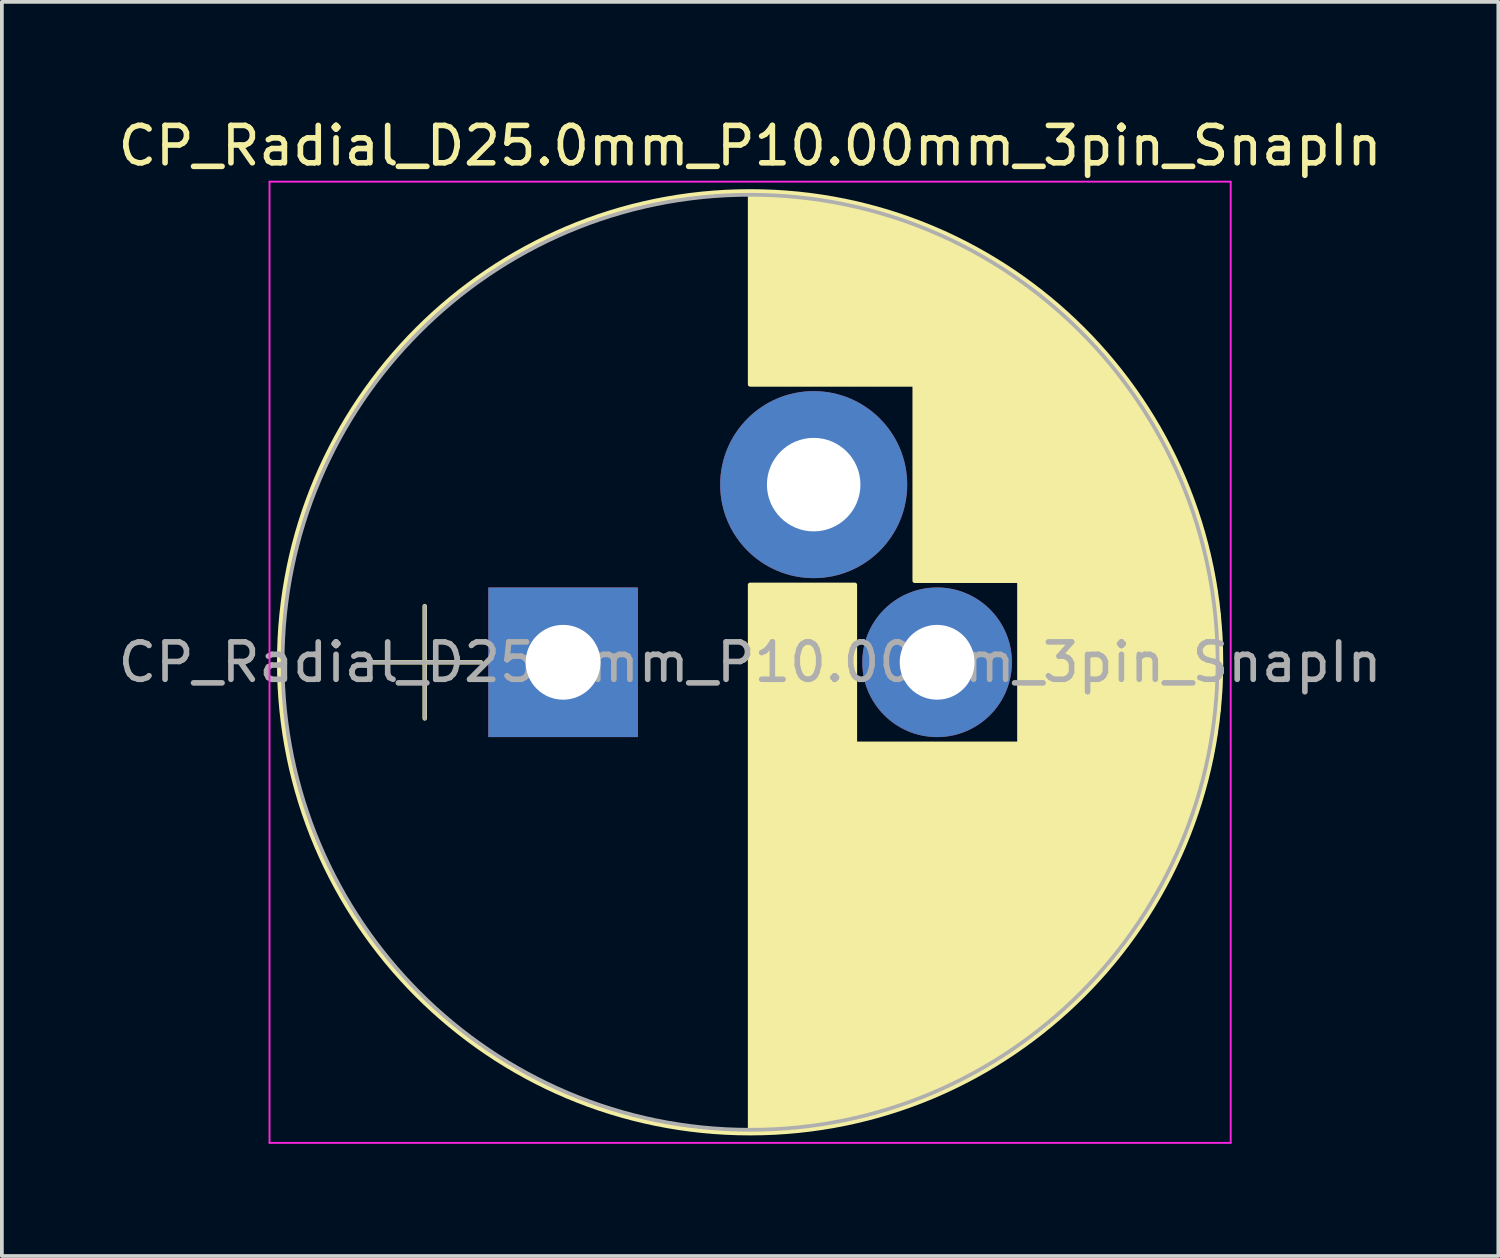
<source format=kicad_pcb>
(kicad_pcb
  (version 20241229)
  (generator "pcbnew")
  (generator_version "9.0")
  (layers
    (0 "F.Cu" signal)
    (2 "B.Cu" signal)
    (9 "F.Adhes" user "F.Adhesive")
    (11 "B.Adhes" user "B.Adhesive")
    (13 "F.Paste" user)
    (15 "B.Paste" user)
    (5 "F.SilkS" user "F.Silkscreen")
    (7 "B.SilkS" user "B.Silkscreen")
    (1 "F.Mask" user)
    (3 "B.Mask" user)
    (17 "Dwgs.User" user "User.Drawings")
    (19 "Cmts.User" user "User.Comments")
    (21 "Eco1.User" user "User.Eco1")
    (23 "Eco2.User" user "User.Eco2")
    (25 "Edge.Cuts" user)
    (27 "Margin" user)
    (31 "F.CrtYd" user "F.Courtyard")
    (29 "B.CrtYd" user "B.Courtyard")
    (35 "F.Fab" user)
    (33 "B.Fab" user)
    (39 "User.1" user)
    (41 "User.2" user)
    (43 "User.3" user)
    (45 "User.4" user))
  (footprint "CP_Radial_D25.0mm_P10.00mm_3pin_SnapIn"
    (layer "F.Cu")
    (at 12.006 14.658)
    (property "Reference" "CP_Radial_D25.0mm_P10.00mm_3pin_SnapIn" (at 5 -13.81 0) (layer "F.SilkS") (effects (font (size 1 1) (thickness 0.15))))
    (attr through_hole)
    (fp_line (start -5.2 0) (end -2.2 0) (stroke (width 0.12) (type solid)) (layer "F.SilkS"))
    (fp_line (start -3.7 -1.5) (end -3.7 1.5) (stroke (width 0.12) (type solid)) (layer "F.SilkS"))
    (fp_line (start 5 -12.55) (end 5 -7.43) (stroke (width 0.12) (type solid)) (layer "F.SilkS"))
    (fp_line (start 5 -2.07) (end 5 12.55) (stroke (width 0.12) (type solid)) (layer "F.SilkS"))
    (fp_line (start 5.04 -12.55) (end 5.04 -7.43) (stroke (width 0.12) (type solid)) (layer "F.SilkS"))
    (fp_line (start 5.04 -2.07) (end 5.04 12.55) (stroke (width 0.12) (type solid)) (layer "F.SilkS"))
    (fp_line (start 5.08 -12.55) (end 5.08 -7.43) (stroke (width 0.12) (type solid)) (layer "F.SilkS"))
    (fp_line (start 5.08 -2.07) (end 5.08 12.55) (stroke (width 0.12) (type solid)) (layer "F.SilkS"))
    (fp_line (start 5.12 -12.55) (end 5.12 -7.43) (stroke (width 0.12) (type solid)) (layer "F.SilkS"))
    (fp_line (start 5.12 -2.07) (end 5.12 12.55) (stroke (width 0.12) (type solid)) (layer "F.SilkS"))
    (fp_line (start 5.16 -12.549) (end 5.16 -7.43) (stroke (width 0.12) (type solid)) (layer "F.SilkS"))
    (fp_line (start 5.16 -2.07) (end 5.16 12.549) (stroke (width 0.12) (type solid)) (layer "F.SilkS"))
    (fp_line (start 5.2 -12.549) (end 5.2 -7.43) (stroke (width 0.12) (type solid)) (layer "F.SilkS"))
    (fp_line (start 5.2 -2.07) (end 5.2 12.549) (stroke (width 0.12) (type solid)) (layer "F.SilkS"))
    (fp_line (start 5.24 -12.548) (end 5.24 -7.43) (stroke (width 0.12) (type solid)) (layer "F.SilkS"))
    (fp_line (start 5.24 -2.07) (end 5.24 12.548) (stroke (width 0.12) (type solid)) (layer "F.SilkS"))
    (fp_line (start 5.28 -12.547) (end 5.28 -7.43) (stroke (width 0.12) (type solid)) (layer "F.SilkS"))
    (fp_line (start 5.28 -2.07) (end 5.28 12.547) (stroke (width 0.12) (type solid)) (layer "F.SilkS"))
    (fp_line (start 5.32 -12.546) (end 5.32 -7.43) (stroke (width 0.12) (type solid)) (layer "F.SilkS"))
    (fp_line (start 5.32 -2.07) (end 5.32 12.546) (stroke (width 0.12) (type solid)) (layer "F.SilkS"))
    (fp_line (start 5.36 -12.545) (end 5.36 -7.43) (stroke (width 0.12) (type solid)) (layer "F.SilkS"))
    (fp_line (start 5.36 -2.07) (end 5.36 12.545) (stroke (width 0.12) (type solid)) (layer "F.SilkS"))
    (fp_line (start 5.4 -12.544) (end 5.4 -7.43) (stroke (width 0.12) (type solid)) (layer "F.SilkS"))
    (fp_line (start 5.4 -2.07) (end 5.4 12.544) (stroke (width 0.12) (type solid)) (layer "F.SilkS"))
    (fp_line (start 5.44 -12.543) (end 5.44 -7.43) (stroke (width 0.12) (type solid)) (layer "F.SilkS"))
    (fp_line (start 5.44 -2.07) (end 5.44 12.543) (stroke (width 0.12) (type solid)) (layer "F.SilkS"))
    (fp_line (start 5.48 -12.541) (end 5.48 -7.43) (stroke (width 0.12) (type solid)) (layer "F.SilkS"))
    (fp_line (start 5.48 -2.07) (end 5.48 12.541) (stroke (width 0.12) (type solid)) (layer "F.SilkS"))
    (fp_line (start 5.52 -12.54) (end 5.52 -7.43) (stroke (width 0.12) (type solid)) (layer "F.SilkS"))
    (fp_line (start 5.52 -2.07) (end 5.52 12.54) (stroke (width 0.12) (type solid)) (layer "F.SilkS"))
    (fp_line (start 5.56 -12.538) (end 5.56 -7.43) (stroke (width 0.12) (type solid)) (layer "F.SilkS"))
    (fp_line (start 5.56 -2.07) (end 5.56 12.538) (stroke (width 0.12) (type solid)) (layer "F.SilkS"))
    (fp_line (start 5.6 -12.536) (end 5.6 -7.43) (stroke (width 0.12) (type solid)) (layer "F.SilkS"))
    (fp_line (start 5.6 -2.07) (end 5.6 12.536) (stroke (width 0.12) (type solid)) (layer "F.SilkS"))
    (fp_line (start 5.64 -12.534) (end 5.64 -7.43) (stroke (width 0.12) (type solid)) (layer "F.SilkS"))
    (fp_line (start 5.64 -2.07) (end 5.64 12.534) (stroke (width 0.12) (type solid)) (layer "F.SilkS"))
    (fp_line (start 5.68 -12.532) (end 5.68 -7.43) (stroke (width 0.12) (type solid)) (layer "F.SilkS"))
    (fp_line (start 5.68 -2.07) (end 5.68 12.532) (stroke (width 0.12) (type solid)) (layer "F.SilkS"))
    (fp_line (start 5.721 -12.53) (end 5.721 -7.43) (stroke (width 0.12) (type solid)) (layer "F.SilkS"))
    (fp_line (start 5.721 -2.07) (end 5.721 12.53) (stroke (width 0.12) (type solid)) (layer "F.SilkS"))
    (fp_line (start 5.761 -12.528) (end 5.761 -7.43) (stroke (width 0.12) (type solid)) (layer "F.SilkS"))
    (fp_line (start 5.761 -2.07) (end 5.761 12.528) (stroke (width 0.12) (type solid)) (layer "F.SilkS"))
    (fp_line (start 5.801 -12.525) (end 5.801 -7.43) (stroke (width 0.12) (type solid)) (layer "F.SilkS"))
    (fp_line (start 5.801 -2.07) (end 5.801 12.525) (stroke (width 0.12) (type solid)) (layer "F.SilkS"))
    (fp_line (start 5.841 -12.522) (end 5.841 -7.43) (stroke (width 0.12) (type solid)) (layer "F.SilkS"))
    (fp_line (start 5.841 -2.07) (end 5.841 12.522) (stroke (width 0.12) (type solid)) (layer "F.SilkS"))
    (fp_line (start 5.881 -12.52) (end 5.881 -7.43) (stroke (width 0.12) (type solid)) (layer "F.SilkS"))
    (fp_line (start 5.881 -2.07) (end 5.881 12.52) (stroke (width 0.12) (type solid)) (layer "F.SilkS"))
    (fp_line (start 5.921 -12.517) (end 5.921 -7.43) (stroke (width 0.12) (type solid)) (layer "F.SilkS"))
    (fp_line (start 5.921 -2.07) (end 5.921 12.517) (stroke (width 0.12) (type solid)) (layer "F.SilkS"))
    (fp_line (start 5.961 -12.514) (end 5.961 -7.43) (stroke (width 0.12) (type solid)) (layer "F.SilkS"))
    (fp_line (start 5.961 -2.07) (end 5.961 12.514) (stroke (width 0.12) (type solid)) (layer "F.SilkS"))
    (fp_line (start 6.001 -12.511) (end 6.001 -7.43) (stroke (width 0.12) (type solid)) (layer "F.SilkS"))
    (fp_line (start 6.001 -2.07) (end 6.001 12.511) (stroke (width 0.12) (type solid)) (layer "F.SilkS"))
    (fp_line (start 6.041 -12.507) (end 6.041 -7.43) (stroke (width 0.12) (type solid)) (layer "F.SilkS"))
    (fp_line (start 6.041 -2.07) (end 6.041 12.507) (stroke (width 0.12) (type solid)) (layer "F.SilkS"))
    (fp_line (start 6.081 -12.504) (end 6.081 -7.43) (stroke (width 0.12) (type solid)) (layer "F.SilkS"))
    (fp_line (start 6.081 -2.07) (end 6.081 12.504) (stroke (width 0.12) (type solid)) (layer "F.SilkS"))
    (fp_line (start 6.121 -12.501) (end 6.121 -7.43) (stroke (width 0.12) (type solid)) (layer "F.SilkS"))
    (fp_line (start 6.121 -2.07) (end 6.121 12.501) (stroke (width 0.12) (type solid)) (layer "F.SilkS"))
    (fp_line (start 6.161 -12.497) (end 6.161 -7.43) (stroke (width 0.12) (type solid)) (layer "F.SilkS"))
    (fp_line (start 6.161 -2.07) (end 6.161 12.497) (stroke (width 0.12) (type solid)) (layer "F.SilkS"))
    (fp_line (start 6.201 -12.493) (end 6.201 -7.43) (stroke (width 0.12) (type solid)) (layer "F.SilkS"))
    (fp_line (start 6.201 -2.07) (end 6.201 12.493) (stroke (width 0.12) (type solid)) (layer "F.SilkS"))
    (fp_line (start 6.241 -12.489) (end 6.241 -7.43) (stroke (width 0.12) (type solid)) (layer "F.SilkS"))
    (fp_line (start 6.241 -2.07) (end 6.241 12.489) (stroke (width 0.12) (type solid)) (layer "F.SilkS"))
    (fp_line (start 6.281 -12.485) (end 6.281 -7.43) (stroke (width 0.12) (type solid)) (layer "F.SilkS"))
    (fp_line (start 6.281 -2.07) (end 6.281 12.485) (stroke (width 0.12) (type solid)) (layer "F.SilkS"))
    (fp_line (start 6.321 -12.481) (end 6.321 -7.43) (stroke (width 0.12) (type solid)) (layer "F.SilkS"))
    (fp_line (start 6.321 -2.07) (end 6.321 12.481) (stroke (width 0.12) (type solid)) (layer "F.SilkS"))
    (fp_line (start 6.361 -12.477) (end 6.361 -7.43) (stroke (width 0.12) (type solid)) (layer "F.SilkS"))
    (fp_line (start 6.361 -2.07) (end 6.361 12.477) (stroke (width 0.12) (type solid)) (layer "F.SilkS"))
    (fp_line (start 6.401 -12.472) (end 6.401 -7.43) (stroke (width 0.12) (type solid)) (layer "F.SilkS"))
    (fp_line (start 6.401 -2.07) (end 6.401 12.472) (stroke (width 0.12) (type solid)) (layer "F.SilkS"))
    (fp_line (start 6.441 -12.468) (end 6.441 -7.43) (stroke (width 0.12) (type solid)) (layer "F.SilkS"))
    (fp_line (start 6.441 -2.07) (end 6.441 12.468) (stroke (width 0.12) (type solid)) (layer "F.SilkS"))
    (fp_line (start 6.481 -12.463) (end 6.481 -7.43) (stroke (width 0.12) (type solid)) (layer "F.SilkS"))
    (fp_line (start 6.481 -2.07) (end 6.481 12.463) (stroke (width 0.12) (type solid)) (layer "F.SilkS"))
    (fp_line (start 6.521 -12.458) (end 6.521 -7.43) (stroke (width 0.12) (type solid)) (layer "F.SilkS"))
    (fp_line (start 6.521 -2.07) (end 6.521 12.458) (stroke (width 0.12) (type solid)) (layer "F.SilkS"))
    (fp_line (start 6.561 -12.453) (end 6.561 -7.43) (stroke (width 0.12) (type solid)) (layer "F.SilkS"))
    (fp_line (start 6.561 -2.07) (end 6.561 12.453) (stroke (width 0.12) (type solid)) (layer "F.SilkS"))
    (fp_line (start 6.601 -12.448) (end 6.601 -7.43) (stroke (width 0.12) (type solid)) (layer "F.SilkS"))
    (fp_line (start 6.601 -2.07) (end 6.601 12.448) (stroke (width 0.12) (type solid)) (layer "F.SilkS"))
    (fp_line (start 6.641 -12.443) (end 6.641 -7.43) (stroke (width 0.12) (type solid)) (layer "F.SilkS"))
    (fp_line (start 6.641 -2.07) (end 6.641 12.443) (stroke (width 0.12) (type solid)) (layer "F.SilkS"))
    (fp_line (start 6.681 -12.438) (end 6.681 -7.43) (stroke (width 0.12) (type solid)) (layer "F.SilkS"))
    (fp_line (start 6.681 -2.07) (end 6.681 12.438) (stroke (width 0.12) (type solid)) (layer "F.SilkS"))
    (fp_line (start 6.721 -12.432) (end 6.721 -7.43) (stroke (width 0.12) (type solid)) (layer "F.SilkS"))
    (fp_line (start 6.721 -2.07) (end 6.721 12.432) (stroke (width 0.12) (type solid)) (layer "F.SilkS"))
    (fp_line (start 6.761 -12.427) (end 6.761 -7.43) (stroke (width 0.12) (type solid)) (layer "F.SilkS"))
    (fp_line (start 6.761 -2.07) (end 6.761 12.427) (stroke (width 0.12) (type solid)) (layer "F.SilkS"))
    (fp_line (start 6.801 -12.421) (end 6.801 -7.43) (stroke (width 0.12) (type solid)) (layer "F.SilkS"))
    (fp_line (start 6.801 -2.07) (end 6.801 12.421) (stroke (width 0.12) (type solid)) (layer "F.SilkS"))
    (fp_line (start 6.841 -12.415) (end 6.841 -7.43) (stroke (width 0.12) (type solid)) (layer "F.SilkS"))
    (fp_line (start 6.841 -2.07) (end 6.841 12.415) (stroke (width 0.12) (type solid)) (layer "F.SilkS"))
    (fp_line (start 6.881 -12.409) (end 6.881 -7.43) (stroke (width 0.12) (type solid)) (layer "F.SilkS"))
    (fp_line (start 6.881 -2.07) (end 6.881 12.409) (stroke (width 0.12) (type solid)) (layer "F.SilkS"))
    (fp_line (start 6.921 -12.403) (end 6.921 -7.43) (stroke (width 0.12) (type solid)) (layer "F.SilkS"))
    (fp_line (start 6.921 -2.07) (end 6.921 12.403) (stroke (width 0.12) (type solid)) (layer "F.SilkS"))
    (fp_line (start 6.961 -12.397) (end 6.961 -7.43) (stroke (width 0.12) (type solid)) (layer "F.SilkS"))
    (fp_line (start 6.961 -2.07) (end 6.961 12.397) (stroke (width 0.12) (type solid)) (layer "F.SilkS"))
    (fp_line (start 7.001 -12.391) (end 7.001 -7.43) (stroke (width 0.12) (type solid)) (layer "F.SilkS"))
    (fp_line (start 7.001 -2.07) (end 7.001 12.391) (stroke (width 0.12) (type solid)) (layer "F.SilkS"))
    (fp_line (start 7.041 -12.384) (end 7.041 -7.43) (stroke (width 0.12) (type solid)) (layer "F.SilkS"))
    (fp_line (start 7.041 -2.07) (end 7.041 12.384) (stroke (width 0.12) (type solid)) (layer "F.SilkS"))
    (fp_line (start 7.081 -12.377) (end 7.081 -7.43) (stroke (width 0.12) (type solid)) (layer "F.SilkS"))
    (fp_line (start 7.081 -2.07) (end 7.081 12.377) (stroke (width 0.12) (type solid)) (layer "F.SilkS"))
    (fp_line (start 7.121 -12.371) (end 7.121 -7.43) (stroke (width 0.12) (type solid)) (layer "F.SilkS"))
    (fp_line (start 7.121 -2.07) (end 7.121 12.371) (stroke (width 0.12) (type solid)) (layer "F.SilkS"))
    (fp_line (start 7.161 -12.364) (end 7.161 -7.43) (stroke (width 0.12) (type solid)) (layer "F.SilkS"))
    (fp_line (start 7.161 -2.07) (end 7.161 12.364) (stroke (width 0.12) (type solid)) (layer "F.SilkS"))
    (fp_line (start 7.201 -12.357) (end 7.201 -7.43) (stroke (width 0.12) (type solid)) (layer "F.SilkS"))
    (fp_line (start 7.201 -2.07) (end 7.201 12.357) (stroke (width 0.12) (type solid)) (layer "F.SilkS"))
    (fp_line (start 7.241 -12.35) (end 7.241 -7.43) (stroke (width 0.12) (type solid)) (layer "F.SilkS"))
    (fp_line (start 7.241 -2.07) (end 7.241 12.35) (stroke (width 0.12) (type solid)) (layer "F.SilkS"))
    (fp_line (start 7.281 -12.342) (end 7.281 -7.43) (stroke (width 0.12) (type solid)) (layer "F.SilkS"))
    (fp_line (start 7.281 -2.07) (end 7.281 12.342) (stroke (width 0.12) (type solid)) (layer "F.SilkS"))
    (fp_line (start 7.321 -12.335) (end 7.321 -7.43) (stroke (width 0.12) (type solid)) (layer "F.SilkS"))
    (fp_line (start 7.321 -2.07) (end 7.321 12.335) (stroke (width 0.12) (type solid)) (layer "F.SilkS"))
    (fp_line (start 7.361 -12.327) (end 7.361 -7.43) (stroke (width 0.12) (type solid)) (layer "F.SilkS"))
    (fp_line (start 7.361 -2.07) (end 7.361 12.327) (stroke (width 0.12) (type solid)) (layer "F.SilkS"))
    (fp_line (start 7.401 -12.32) (end 7.401 -7.43) (stroke (width 0.12) (type solid)) (layer "F.SilkS"))
    (fp_line (start 7.401 -2.07) (end 7.401 12.32) (stroke (width 0.12) (type solid)) (layer "F.SilkS"))
    (fp_line (start 7.441 -12.312) (end 7.441 -7.43) (stroke (width 0.12) (type solid)) (layer "F.SilkS"))
    (fp_line (start 7.441 -2.07) (end 7.441 12.312) (stroke (width 0.12) (type solid)) (layer "F.SilkS"))
    (fp_line (start 7.481 -12.304) (end 7.481 -7.43) (stroke (width 0.12) (type solid)) (layer "F.SilkS"))
    (fp_line (start 7.481 -2.07) (end 7.481 12.304) (stroke (width 0.12) (type solid)) (layer "F.SilkS"))
    (fp_line (start 7.521 -12.296) (end 7.521 -7.43) (stroke (width 0.12) (type solid)) (layer "F.SilkS"))
    (fp_line (start 7.521 -2.07) (end 7.521 12.296) (stroke (width 0.12) (type solid)) (layer "F.SilkS"))
    (fp_line (start 7.561 -12.287) (end 7.561 -7.43) (stroke (width 0.12) (type solid)) (layer "F.SilkS"))
    (fp_line (start 7.561 -2.07) (end 7.561 12.287) (stroke (width 0.12) (type solid)) (layer "F.SilkS"))
    (fp_line (start 7.601 -12.279) (end 7.601 -7.43) (stroke (width 0.12) (type solid)) (layer "F.SilkS"))
    (fp_line (start 7.601 -2.07) (end 7.601 12.279) (stroke (width 0.12) (type solid)) (layer "F.SilkS"))
    (fp_line (start 7.641 -12.271) (end 7.641 -7.43) (stroke (width 0.12) (type solid)) (layer "F.SilkS"))
    (fp_line (start 7.641 -2.07) (end 7.641 12.271) (stroke (width 0.12) (type solid)) (layer "F.SilkS"))
    (fp_line (start 7.681 -12.262) (end 7.681 -7.43) (stroke (width 0.12) (type solid)) (layer "F.SilkS"))
    (fp_line (start 7.681 -2.07) (end 7.681 12.262) (stroke (width 0.12) (type solid)) (layer "F.SilkS"))
    (fp_line (start 7.721 -12.253) (end 7.721 -7.43) (stroke (width 0.12) (type solid)) (layer "F.SilkS"))
    (fp_line (start 7.721 -2.07) (end 7.721 12.253) (stroke (width 0.12) (type solid)) (layer "F.SilkS"))
    (fp_line (start 7.761 -12.244) (end 7.761 -7.43) (stroke (width 0.12) (type solid)) (layer "F.SilkS"))
    (fp_line (start 7.761 -2.07) (end 7.761 12.244) (stroke (width 0.12) (type solid)) (layer "F.SilkS"))
    (fp_line (start 7.801 -12.235) (end 7.801 -7.43) (stroke (width 0.12) (type solid)) (layer "F.SilkS"))
    (fp_line (start 7.801 -2.07) (end 7.801 12.235) (stroke (width 0.12) (type solid)) (layer "F.SilkS"))
    (fp_line (start 7.841 -12.226) (end 7.841 -7.43) (stroke (width 0.12) (type solid)) (layer "F.SilkS"))
    (fp_line (start 7.841 2.18) (end 7.841 12.226) (stroke (width 0.12) (type solid)) (layer "F.SilkS"))
    (fp_line (start 7.881 -12.217) (end 7.881 -7.43) (stroke (width 0.12) (type solid)) (layer "F.SilkS"))
    (fp_line (start 7.881 2.18) (end 7.881 12.217) (stroke (width 0.12) (type solid)) (layer "F.SilkS"))
    (fp_line (start 7.921 -12.207) (end 7.921 -7.43) (stroke (width 0.12) (type solid)) (layer "F.SilkS"))
    (fp_line (start 7.921 2.18) (end 7.921 12.207) (stroke (width 0.12) (type solid)) (layer "F.SilkS"))
    (fp_line (start 7.961 -12.198) (end 7.961 -7.43) (stroke (width 0.12) (type solid)) (layer "F.SilkS"))
    (fp_line (start 7.961 2.18) (end 7.961 12.198) (stroke (width 0.12) (type solid)) (layer "F.SilkS"))
    (fp_line (start 8.001 -12.188) (end 8.001 -7.43) (stroke (width 0.12) (type solid)) (layer "F.SilkS"))
    (fp_line (start 8.001 2.18) (end 8.001 12.188) (stroke (width 0.12) (type solid)) (layer "F.SilkS"))
    (fp_line (start 8.041 -12.178) (end 8.041 -7.43) (stroke (width 0.12) (type solid)) (layer "F.SilkS"))
    (fp_line (start 8.041 2.18) (end 8.041 12.178) (stroke (width 0.12) (type solid)) (layer "F.SilkS"))
    (fp_line (start 8.081 -12.168) (end 8.081 -7.43) (stroke (width 0.12) (type solid)) (layer "F.SilkS"))
    (fp_line (start 8.081 2.18) (end 8.081 12.168) (stroke (width 0.12) (type solid)) (layer "F.SilkS"))
    (fp_line (start 8.121 -12.158) (end 8.121 -7.43) (stroke (width 0.12) (type solid)) (layer "F.SilkS"))
    (fp_line (start 8.121 2.18) (end 8.121 12.158) (stroke (width 0.12) (type solid)) (layer "F.SilkS"))
    (fp_line (start 8.161 -12.147) (end 8.161 -7.43) (stroke (width 0.12) (type solid)) (layer "F.SilkS"))
    (fp_line (start 8.161 2.18) (end 8.161 12.147) (stroke (width 0.12) (type solid)) (layer "F.SilkS"))
    (fp_line (start 8.201 -12.137) (end 8.201 -7.43) (stroke (width 0.12) (type solid)) (layer "F.SilkS"))
    (fp_line (start 8.201 2.18) (end 8.201 12.137) (stroke (width 0.12) (type solid)) (layer "F.SilkS"))
    (fp_line (start 8.241 -12.126) (end 8.241 -7.43) (stroke (width 0.12) (type solid)) (layer "F.SilkS"))
    (fp_line (start 8.241 2.18) (end 8.241 12.126) (stroke (width 0.12) (type solid)) (layer "F.SilkS"))
    (fp_line (start 8.281 -12.116) (end 8.281 -7.43) (stroke (width 0.12) (type solid)) (layer "F.SilkS"))
    (fp_line (start 8.281 2.18) (end 8.281 12.116) (stroke (width 0.12) (type solid)) (layer "F.SilkS"))
    (fp_line (start 8.321 -12.105) (end 8.321 -7.43) (stroke (width 0.12) (type solid)) (layer "F.SilkS"))
    (fp_line (start 8.321 2.18) (end 8.321 12.105) (stroke (width 0.12) (type solid)) (layer "F.SilkS"))
    (fp_line (start 8.361 -12.094) (end 8.361 -7.43) (stroke (width 0.12) (type solid)) (layer "F.SilkS"))
    (fp_line (start 8.361 2.18) (end 8.361 12.094) (stroke (width 0.12) (type solid)) (layer "F.SilkS"))
    (fp_line (start 8.401 -12.083) (end 8.401 -7.43) (stroke (width 0.12) (type solid)) (layer "F.SilkS"))
    (fp_line (start 8.401 2.18) (end 8.401 12.083) (stroke (width 0.12) (type solid)) (layer "F.SilkS"))
    (fp_line (start 8.441 -12.071) (end 8.441 -7.43) (stroke (width 0.12) (type solid)) (layer "F.SilkS"))
    (fp_line (start 8.441 2.18) (end 8.441 12.071) (stroke (width 0.12) (type solid)) (layer "F.SilkS"))
    (fp_line (start 8.481 -12.06) (end 8.481 -7.43) (stroke (width 0.12) (type solid)) (layer "F.SilkS"))
    (fp_line (start 8.481 2.18) (end 8.481 12.06) (stroke (width 0.12) (type solid)) (layer "F.SilkS"))
    (fp_line (start 8.521 -12.048) (end 8.521 -7.43) (stroke (width 0.12) (type solid)) (layer "F.SilkS"))
    (fp_line (start 8.521 2.18) (end 8.521 12.048) (stroke (width 0.12) (type solid)) (layer "F.SilkS"))
    (fp_line (start 8.561 -12.037) (end 8.561 -7.43) (stroke (width 0.12) (type solid)) (layer "F.SilkS"))
    (fp_line (start 8.561 2.18) (end 8.561 12.037) (stroke (width 0.12) (type solid)) (layer "F.SilkS"))
    (fp_line (start 8.601 -12.025) (end 8.601 -7.43) (stroke (width 0.12) (type solid)) (layer "F.SilkS"))
    (fp_line (start 8.601 2.18) (end 8.601 12.025) (stroke (width 0.12) (type solid)) (layer "F.SilkS"))
    (fp_line (start 8.641 -12.013) (end 8.641 -7.43) (stroke (width 0.12) (type solid)) (layer "F.SilkS"))
    (fp_line (start 8.641 2.18) (end 8.641 12.013) (stroke (width 0.12) (type solid)) (layer "F.SilkS"))
    (fp_line (start 8.681 -12.001) (end 8.681 -7.43) (stroke (width 0.12) (type solid)) (layer "F.SilkS"))
    (fp_line (start 8.681 2.18) (end 8.681 12.001) (stroke (width 0.12) (type solid)) (layer "F.SilkS"))
    (fp_line (start 8.721 -11.988) (end 8.721 -7.43) (stroke (width 0.12) (type solid)) (layer "F.SilkS"))
    (fp_line (start 8.721 2.18) (end 8.721 11.988) (stroke (width 0.12) (type solid)) (layer "F.SilkS"))
    (fp_line (start 8.761 -11.976) (end 8.761 -7.43) (stroke (width 0.12) (type solid)) (layer "F.SilkS"))
    (fp_line (start 8.761 2.18) (end 8.761 11.976) (stroke (width 0.12) (type solid)) (layer "F.SilkS"))
    (fp_line (start 8.801 -11.963) (end 8.801 -7.43) (stroke (width 0.12) (type solid)) (layer "F.SilkS"))
    (fp_line (start 8.801 2.18) (end 8.801 11.963) (stroke (width 0.12) (type solid)) (layer "F.SilkS"))
    (fp_line (start 8.841 -11.951) (end 8.841 -7.43) (stroke (width 0.12) (type solid)) (layer "F.SilkS"))
    (fp_line (start 8.841 2.18) (end 8.841 11.951) (stroke (width 0.12) (type solid)) (layer "F.SilkS"))
    (fp_line (start 8.881 -11.938) (end 8.881 -7.43) (stroke (width 0.12) (type solid)) (layer "F.SilkS"))
    (fp_line (start 8.881 2.18) (end 8.881 11.938) (stroke (width 0.12) (type solid)) (layer "F.SilkS"))
    (fp_line (start 8.921 -11.925) (end 8.921 -7.43) (stroke (width 0.12) (type solid)) (layer "F.SilkS"))
    (fp_line (start 8.921 2.18) (end 8.921 11.925) (stroke (width 0.12) (type solid)) (layer "F.SilkS"))
    (fp_line (start 8.961 -11.912) (end 8.961 -7.43) (stroke (width 0.12) (type solid)) (layer "F.SilkS"))
    (fp_line (start 8.961 2.18) (end 8.961 11.912) (stroke (width 0.12) (type solid)) (layer "F.SilkS"))
    (fp_line (start 9.001 -11.898) (end 9.001 -7.43) (stroke (width 0.12) (type solid)) (layer "F.SilkS"))
    (fp_line (start 9.001 2.18) (end 9.001 11.898) (stroke (width 0.12) (type solid)) (layer "F.SilkS"))
    (fp_line (start 9.041 -11.885) (end 9.041 -7.43) (stroke (width 0.12) (type solid)) (layer "F.SilkS"))
    (fp_line (start 9.041 2.18) (end 9.041 11.885) (stroke (width 0.12) (type solid)) (layer "F.SilkS"))
    (fp_line (start 9.081 -11.871) (end 9.081 -7.43) (stroke (width 0.12) (type solid)) (layer "F.SilkS"))
    (fp_line (start 9.081 2.18) (end 9.081 11.871) (stroke (width 0.12) (type solid)) (layer "F.SilkS"))
    (fp_line (start 9.121 -11.857) (end 9.121 -7.43) (stroke (width 0.12) (type solid)) (layer "F.SilkS"))
    (fp_line (start 9.121 2.18) (end 9.121 11.857) (stroke (width 0.12) (type solid)) (layer "F.SilkS"))
    (fp_line (start 9.161 -11.843) (end 9.161 -7.43) (stroke (width 0.12) (type solid)) (layer "F.SilkS"))
    (fp_line (start 9.161 2.18) (end 9.161 11.843) (stroke (width 0.12) (type solid)) (layer "F.SilkS"))
    (fp_line (start 9.201 -11.829) (end 9.201 -7.43) (stroke (width 0.12) (type solid)) (layer "F.SilkS"))
    (fp_line (start 9.201 2.18) (end 9.201 11.829) (stroke (width 0.12) (type solid)) (layer "F.SilkS"))
    (fp_line (start 9.241 -11.815) (end 9.241 -7.43) (stroke (width 0.12) (type solid)) (layer "F.SilkS"))
    (fp_line (start 9.241 2.18) (end 9.241 11.815) (stroke (width 0.12) (type solid)) (layer "F.SilkS"))
    (fp_line (start 9.281 -11.801) (end 9.281 -7.43) (stroke (width 0.12) (type solid)) (layer "F.SilkS"))
    (fp_line (start 9.281 2.18) (end 9.281 11.801) (stroke (width 0.12) (type solid)) (layer "F.SilkS"))
    (fp_line (start 9.321 -11.786) (end 9.321 -7.43) (stroke (width 0.12) (type solid)) (layer "F.SilkS"))
    (fp_line (start 9.321 2.18) (end 9.321 11.786) (stroke (width 0.12) (type solid)) (layer "F.SilkS"))
    (fp_line (start 9.361 -11.771) (end 9.361 -7.43) (stroke (width 0.12) (type solid)) (layer "F.SilkS"))
    (fp_line (start 9.361 2.18) (end 9.361 11.771) (stroke (width 0.12) (type solid)) (layer "F.SilkS"))
    (fp_line (start 9.401 -11.757) (end 9.401 -2.18) (stroke (width 0.12) (type solid)) (layer "F.SilkS"))
    (fp_line (start 9.401 2.18) (end 9.401 11.757) (stroke (width 0.12) (type solid)) (layer "F.SilkS"))
    (fp_line (start 9.441 -11.742) (end 9.441 -2.18) (stroke (width 0.12) (type solid)) (layer "F.SilkS"))
    (fp_line (start 9.441 2.18) (end 9.441 11.742) (stroke (width 0.12) (type solid)) (layer "F.SilkS"))
    (fp_line (start 9.481 -11.726) (end 9.481 -2.18) (stroke (width 0.12) (type solid)) (layer "F.SilkS"))
    (fp_line (start 9.481 2.18) (end 9.481 11.726) (stroke (width 0.12) (type solid)) (layer "F.SilkS"))
    (fp_line (start 9.521 -11.711) (end 9.521 -2.18) (stroke (width 0.12) (type solid)) (layer "F.SilkS"))
    (fp_line (start 9.521 2.18) (end 9.521 11.711) (stroke (width 0.12) (type solid)) (layer "F.SilkS"))
    (fp_line (start 9.561 -11.696) (end 9.561 -2.18) (stroke (width 0.12) (type solid)) (layer "F.SilkS"))
    (fp_line (start 9.561 2.18) (end 9.561 11.696) (stroke (width 0.12) (type solid)) (layer "F.SilkS"))
    (fp_line (start 9.601 -11.68) (end 9.601 -2.18) (stroke (width 0.12) (type solid)) (layer "F.SilkS"))
    (fp_line (start 9.601 2.18) (end 9.601 11.68) (stroke (width 0.12) (type solid)) (layer "F.SilkS"))
    (fp_line (start 9.641 -11.664) (end 9.641 -2.18) (stroke (width 0.12) (type solid)) (layer "F.SilkS"))
    (fp_line (start 9.641 2.18) (end 9.641 11.664) (stroke (width 0.12) (type solid)) (layer "F.SilkS"))
    (fp_line (start 9.681 -11.648) (end 9.681 -2.18) (stroke (width 0.12) (type solid)) (layer "F.SilkS"))
    (fp_line (start 9.681 2.18) (end 9.681 11.648) (stroke (width 0.12) (type solid)) (layer "F.SilkS"))
    (fp_line (start 9.721 -11.632) (end 9.721 -2.18) (stroke (width 0.12) (type solid)) (layer "F.SilkS"))
    (fp_line (start 9.721 2.18) (end 9.721 11.632) (stroke (width 0.12) (type solid)) (layer "F.SilkS"))
    (fp_line (start 9.761 -11.616) (end 9.761 -2.18) (stroke (width 0.12) (type solid)) (layer "F.SilkS"))
    (fp_line (start 9.761 2.18) (end 9.761 11.616) (stroke (width 0.12) (type solid)) (layer "F.SilkS"))
    (fp_line (start 9.801 -11.6) (end 9.801 -2.18) (stroke (width 0.12) (type solid)) (layer "F.SilkS"))
    (fp_line (start 9.801 2.18) (end 9.801 11.6) (stroke (width 0.12) (type solid)) (layer "F.SilkS"))
    (fp_line (start 9.841 -11.583) (end 9.841 -2.18) (stroke (width 0.12) (type solid)) (layer "F.SilkS"))
    (fp_line (start 9.841 2.18) (end 9.841 11.583) (stroke (width 0.12) (type solid)) (layer "F.SilkS"))
    (fp_line (start 9.881 -11.566) (end 9.881 -2.18) (stroke (width 0.12) (type solid)) (layer "F.SilkS"))
    (fp_line (start 9.881 2.18) (end 9.881 11.566) (stroke (width 0.12) (type solid)) (layer "F.SilkS"))
    (fp_line (start 9.921 -11.549) (end 9.921 -2.18) (stroke (width 0.12) (type solid)) (layer "F.SilkS"))
    (fp_line (start 9.921 2.18) (end 9.921 11.549) (stroke (width 0.12) (type solid)) (layer "F.SilkS"))
    (fp_line (start 9.961 -11.532) (end 9.961 -2.18) (stroke (width 0.12) (type solid)) (layer "F.SilkS"))
    (fp_line (start 9.961 2.18) (end 9.961 11.532) (stroke (width 0.12) (type solid)) (layer "F.SilkS"))
    (fp_line (start 10.001 -11.515) (end 10.001 -2.18) (stroke (width 0.12) (type solid)) (layer "F.SilkS"))
    (fp_line (start 10.001 2.18) (end 10.001 11.515) (stroke (width 0.12) (type solid)) (layer "F.SilkS"))
    (fp_line (start 10.041 -11.498) (end 10.041 -2.18) (stroke (width 0.12) (type solid)) (layer "F.SilkS"))
    (fp_line (start 10.041 2.18) (end 10.041 11.498) (stroke (width 0.12) (type solid)) (layer "F.SilkS"))
    (fp_line (start 10.081 -11.48) (end 10.081 -2.18) (stroke (width 0.12) (type solid)) (layer "F.SilkS"))
    (fp_line (start 10.081 2.18) (end 10.081 11.48) (stroke (width 0.12) (type solid)) (layer "F.SilkS"))
    (fp_line (start 10.121 -11.462) (end 10.121 -2.18) (stroke (width 0.12) (type solid)) (layer "F.SilkS"))
    (fp_line (start 10.121 2.18) (end 10.121 11.462) (stroke (width 0.12) (type solid)) (layer "F.SilkS"))
    (fp_line (start 10.161 -11.445) (end 10.161 -2.18) (stroke (width 0.12) (type solid)) (layer "F.SilkS"))
    (fp_line (start 10.161 2.18) (end 10.161 11.445) (stroke (width 0.12) (type solid)) (layer "F.SilkS"))
    (fp_line (start 10.201 -11.426) (end 10.201 -2.18) (stroke (width 0.12) (type solid)) (layer "F.SilkS"))
    (fp_line (start 10.201 2.18) (end 10.201 11.426) (stroke (width 0.12) (type solid)) (layer "F.SilkS"))
    (fp_line (start 10.241 -11.408) (end 10.241 -2.18) (stroke (width 0.12) (type solid)) (layer "F.SilkS"))
    (fp_line (start 10.241 2.18) (end 10.241 11.408) (stroke (width 0.12) (type solid)) (layer "F.SilkS"))
    (fp_line (start 10.281 -11.39) (end 10.281 -2.18) (stroke (width 0.12) (type solid)) (layer "F.SilkS"))
    (fp_line (start 10.281 2.18) (end 10.281 11.39) (stroke (width 0.12) (type solid)) (layer "F.SilkS"))
    (fp_line (start 10.321 -11.371) (end 10.321 -2.18) (stroke (width 0.12) (type solid)) (layer "F.SilkS"))
    (fp_line (start 10.321 2.18) (end 10.321 11.371) (stroke (width 0.12) (type solid)) (layer "F.SilkS"))
    (fp_line (start 10.361 -11.353) (end 10.361 -2.18) (stroke (width 0.12) (type solid)) (layer "F.SilkS"))
    (fp_line (start 10.361 2.18) (end 10.361 11.353) (stroke (width 0.12) (type solid)) (layer "F.SilkS"))
    (fp_line (start 10.401 -11.334) (end 10.401 -2.18) (stroke (width 0.12) (type solid)) (layer "F.SilkS"))
    (fp_line (start 10.401 2.18) (end 10.401 11.334) (stroke (width 0.12) (type solid)) (layer "F.SilkS"))
    (fp_line (start 10.441 -11.315) (end 10.441 -2.18) (stroke (width 0.12) (type solid)) (layer "F.SilkS"))
    (fp_line (start 10.441 2.18) (end 10.441 11.315) (stroke (width 0.12) (type solid)) (layer "F.SilkS"))
    (fp_line (start 10.481 -11.295) (end 10.481 -2.18) (stroke (width 0.12) (type solid)) (layer "F.SilkS"))
    (fp_line (start 10.481 2.18) (end 10.481 11.295) (stroke (width 0.12) (type solid)) (layer "F.SilkS"))
    (fp_line (start 10.521 -11.276) (end 10.521 -2.18) (stroke (width 0.12) (type solid)) (layer "F.SilkS"))
    (fp_line (start 10.521 2.18) (end 10.521 11.276) (stroke (width 0.12) (type solid)) (layer "F.SilkS"))
    (fp_line (start 10.561 -11.256) (end 10.561 -2.18) (stroke (width 0.12) (type solid)) (layer "F.SilkS"))
    (fp_line (start 10.561 2.18) (end 10.561 11.256) (stroke (width 0.12) (type solid)) (layer "F.SilkS"))
    (fp_line (start 10.601 -11.236) (end 10.601 -2.18) (stroke (width 0.12) (type solid)) (layer "F.SilkS"))
    (fp_line (start 10.601 2.18) (end 10.601 11.236) (stroke (width 0.12) (type solid)) (layer "F.SilkS"))
    (fp_line (start 10.641 -11.217) (end 10.641 -2.18) (stroke (width 0.12) (type solid)) (layer "F.SilkS"))
    (fp_line (start 10.641 2.18) (end 10.641 11.217) (stroke (width 0.12) (type solid)) (layer "F.SilkS"))
    (fp_line (start 10.681 -11.196) (end 10.681 -2.18) (stroke (width 0.12) (type solid)) (layer "F.SilkS"))
    (fp_line (start 10.681 2.18) (end 10.681 11.196) (stroke (width 0.12) (type solid)) (layer "F.SilkS"))
    (fp_line (start 10.721 -11.176) (end 10.721 -2.18) (stroke (width 0.12) (type solid)) (layer "F.SilkS"))
    (fp_line (start 10.721 2.18) (end 10.721 11.176) (stroke (width 0.12) (type solid)) (layer "F.SilkS"))
    (fp_line (start 10.761 -11.156) (end 10.761 -2.18) (stroke (width 0.12) (type solid)) (layer "F.SilkS"))
    (fp_line (start 10.761 2.18) (end 10.761 11.156) (stroke (width 0.12) (type solid)) (layer "F.SilkS"))
    (fp_line (start 10.801 -11.135) (end 10.801 -2.18) (stroke (width 0.12) (type solid)) (layer "F.SilkS"))
    (fp_line (start 10.801 2.18) (end 10.801 11.135) (stroke (width 0.12) (type solid)) (layer "F.SilkS"))
    (fp_line (start 10.841 -11.114) (end 10.841 -2.18) (stroke (width 0.12) (type solid)) (layer "F.SilkS"))
    (fp_line (start 10.841 2.18) (end 10.841 11.114) (stroke (width 0.12) (type solid)) (layer "F.SilkS"))
    (fp_line (start 10.881 -11.093) (end 10.881 -2.18) (stroke (width 0.12) (type solid)) (layer "F.SilkS"))
    (fp_line (start 10.881 2.18) (end 10.881 11.093) (stroke (width 0.12) (type solid)) (layer "F.SilkS"))
    (fp_line (start 10.921 -11.072) (end 10.921 -2.18) (stroke (width 0.12) (type solid)) (layer "F.SilkS"))
    (fp_line (start 10.921 2.18) (end 10.921 11.072) (stroke (width 0.12) (type solid)) (layer "F.SilkS"))
    (fp_line (start 10.961 -11.05) (end 10.961 -2.18) (stroke (width 0.12) (type solid)) (layer "F.SilkS"))
    (fp_line (start 10.961 2.18) (end 10.961 11.05) (stroke (width 0.12) (type solid)) (layer "F.SilkS"))
    (fp_line (start 11.001 -11.029) (end 11.001 -2.18) (stroke (width 0.12) (type solid)) (layer "F.SilkS"))
    (fp_line (start 11.001 2.18) (end 11.001 11.029) (stroke (width 0.12) (type solid)) (layer "F.SilkS"))
    (fp_line (start 11.041 -11.007) (end 11.041 -2.18) (stroke (width 0.12) (type solid)) (layer "F.SilkS"))
    (fp_line (start 11.041 2.18) (end 11.041 11.007) (stroke (width 0.12) (type solid)) (layer "F.SilkS"))
    (fp_line (start 11.081 -10.985) (end 11.081 -2.18) (stroke (width 0.12) (type solid)) (layer "F.SilkS"))
    (fp_line (start 11.081 2.18) (end 11.081 10.985) (stroke (width 0.12) (type solid)) (layer "F.SilkS"))
    (fp_line (start 11.121 -10.963) (end 11.121 -2.18) (stroke (width 0.12) (type solid)) (layer "F.SilkS"))
    (fp_line (start 11.121 2.18) (end 11.121 10.963) (stroke (width 0.12) (type solid)) (layer "F.SilkS"))
    (fp_line (start 11.161 -10.941) (end 11.161 -2.18) (stroke (width 0.12) (type solid)) (layer "F.SilkS"))
    (fp_line (start 11.161 2.18) (end 11.161 10.941) (stroke (width 0.12) (type solid)) (layer "F.SilkS"))
    (fp_line (start 11.201 -10.918) (end 11.201 -2.18) (stroke (width 0.12) (type solid)) (layer "F.SilkS"))
    (fp_line (start 11.201 2.18) (end 11.201 10.918) (stroke (width 0.12) (type solid)) (layer "F.SilkS"))
    (fp_line (start 11.241 -10.895) (end 11.241 -2.18) (stroke (width 0.12) (type solid)) (layer "F.SilkS"))
    (fp_line (start 11.241 2.18) (end 11.241 10.895) (stroke (width 0.12) (type solid)) (layer "F.SilkS"))
    (fp_line (start 11.281 -10.872) (end 11.281 -2.18) (stroke (width 0.12) (type solid)) (layer "F.SilkS"))
    (fp_line (start 11.281 2.18) (end 11.281 10.872) (stroke (width 0.12) (type solid)) (layer "F.SilkS"))
    (fp_line (start 11.321 -10.849) (end 11.321 -2.18) (stroke (width 0.12) (type solid)) (layer "F.SilkS"))
    (fp_line (start 11.321 2.18) (end 11.321 10.849) (stroke (width 0.12) (type solid)) (layer "F.SilkS"))
    (fp_line (start 11.361 -10.826) (end 11.361 -2.18) (stroke (width 0.12) (type solid)) (layer "F.SilkS"))
    (fp_line (start 11.361 2.18) (end 11.361 10.826) (stroke (width 0.12) (type solid)) (layer "F.SilkS"))
    (fp_line (start 11.401 -10.802) (end 11.401 -2.18) (stroke (width 0.12) (type solid)) (layer "F.SilkS"))
    (fp_line (start 11.401 2.18) (end 11.401 10.802) (stroke (width 0.12) (type solid)) (layer "F.SilkS"))
    (fp_line (start 11.441 -10.779) (end 11.441 -2.18) (stroke (width 0.12) (type solid)) (layer "F.SilkS"))
    (fp_line (start 11.441 2.18) (end 11.441 10.779) (stroke (width 0.12) (type solid)) (layer "F.SilkS"))
    (fp_line (start 11.481 -10.755) (end 11.481 -2.18) (stroke (width 0.12) (type solid)) (layer "F.SilkS"))
    (fp_line (start 11.481 2.18) (end 11.481 10.755) (stroke (width 0.12) (type solid)) (layer "F.SilkS"))
    (fp_line (start 11.521 -10.731) (end 11.521 -2.18) (stroke (width 0.12) (type solid)) (layer "F.SilkS"))
    (fp_line (start 11.521 2.18) (end 11.521 10.731) (stroke (width 0.12) (type solid)) (layer "F.SilkS"))
    (fp_line (start 11.561 -10.706) (end 11.561 -2.18) (stroke (width 0.12) (type solid)) (layer "F.SilkS"))
    (fp_line (start 11.561 2.18) (end 11.561 10.706) (stroke (width 0.12) (type solid)) (layer "F.SilkS"))
    (fp_line (start 11.601 -10.682) (end 11.601 -2.18) (stroke (width 0.12) (type solid)) (layer "F.SilkS"))
    (fp_line (start 11.601 2.18) (end 11.601 10.682) (stroke (width 0.12) (type solid)) (layer "F.SilkS"))
    (fp_line (start 11.641 -10.657) (end 11.641 -2.18) (stroke (width 0.12) (type solid)) (layer "F.SilkS"))
    (fp_line (start 11.641 2.18) (end 11.641 10.657) (stroke (width 0.12) (type solid)) (layer "F.SilkS"))
    (fp_line (start 11.681 -10.632) (end 11.681 -2.18) (stroke (width 0.12) (type solid)) (layer "F.SilkS"))
    (fp_line (start 11.681 2.18) (end 11.681 10.632) (stroke (width 0.12) (type solid)) (layer "F.SilkS"))
    (fp_line (start 11.721 -10.607) (end 11.721 -2.18) (stroke (width 0.12) (type solid)) (layer "F.SilkS"))
    (fp_line (start 11.721 2.18) (end 11.721 10.607) (stroke (width 0.12) (type solid)) (layer "F.SilkS"))
    (fp_line (start 11.761 -10.582) (end 11.761 -2.18) (stroke (width 0.12) (type solid)) (layer "F.SilkS"))
    (fp_line (start 11.761 2.18) (end 11.761 10.582) (stroke (width 0.12) (type solid)) (layer "F.SilkS"))
    (fp_line (start 11.801 -10.556) (end 11.801 -2.18) (stroke (width 0.12) (type solid)) (layer "F.SilkS"))
    (fp_line (start 11.801 2.18) (end 11.801 10.556) (stroke (width 0.12) (type solid)) (layer "F.SilkS"))
    (fp_line (start 11.841 -10.53) (end 11.841 -2.18) (stroke (width 0.12) (type solid)) (layer "F.SilkS"))
    (fp_line (start 11.841 2.18) (end 11.841 10.53) (stroke (width 0.12) (type solid)) (layer "F.SilkS"))
    (fp_line (start 11.881 -10.504) (end 11.881 -2.18) (stroke (width 0.12) (type solid)) (layer "F.SilkS"))
    (fp_line (start 11.881 2.18) (end 11.881 10.504) (stroke (width 0.12) (type solid)) (layer "F.SilkS"))
    (fp_line (start 11.921 -10.478) (end 11.921 -2.18) (stroke (width 0.12) (type solid)) (layer "F.SilkS"))
    (fp_line (start 11.921 2.18) (end 11.921 10.478) (stroke (width 0.12) (type solid)) (layer "F.SilkS"))
    (fp_line (start 11.961 -10.452) (end 11.961 -2.18) (stroke (width 0.12) (type solid)) (layer "F.SilkS"))
    (fp_line (start 11.961 2.18) (end 11.961 10.452) (stroke (width 0.12) (type solid)) (layer "F.SilkS"))
    (fp_line (start 12.001 -10.425) (end 12.001 -2.18) (stroke (width 0.12) (type solid)) (layer "F.SilkS"))
    (fp_line (start 12.001 2.18) (end 12.001 10.425) (stroke (width 0.12) (type solid)) (layer "F.SilkS"))
    (fp_line (start 12.041 -10.398) (end 12.041 -2.18) (stroke (width 0.12) (type solid)) (layer "F.SilkS"))
    (fp_line (start 12.041 2.18) (end 12.041 10.398) (stroke (width 0.12) (type solid)) (layer "F.SilkS"))
    (fp_line (start 12.081 -10.371) (end 12.081 -2.18) (stroke (width 0.12) (type solid)) (layer "F.SilkS"))
    (fp_line (start 12.081 2.18) (end 12.081 10.371) (stroke (width 0.12) (type solid)) (layer "F.SilkS"))
    (fp_line (start 12.121 -10.344) (end 12.121 -2.18) (stroke (width 0.12) (type solid)) (layer "F.SilkS"))
    (fp_line (start 12.121 2.18) (end 12.121 10.344) (stroke (width 0.12) (type solid)) (layer "F.SilkS"))
    (fp_line (start 12.161 -10.316) (end 12.161 -2.18) (stroke (width 0.12) (type solid)) (layer "F.SilkS"))
    (fp_line (start 12.161 2.18) (end 12.161 10.316) (stroke (width 0.12) (type solid)) (layer "F.SilkS"))
    (fp_line (start 12.201 -10.289) (end 12.201 10.289) (stroke (width 0.12) (type solid)) (layer "F.SilkS"))
    (fp_line (start 12.241 -10.261) (end 12.241 10.261) (stroke (width 0.12) (type solid)) (layer "F.SilkS"))
    (fp_line (start 12.281 -10.232) (end 12.281 10.232) (stroke (width 0.12) (type solid)) (layer "F.SilkS"))
    (fp_line (start 12.321 -10.204) (end 12.321 10.204) (stroke (width 0.12) (type solid)) (layer "F.SilkS"))
    (fp_line (start 12.361 -10.175) (end 12.361 10.175) (stroke (width 0.12) (type solid)) (layer "F.SilkS"))
    (fp_line (start 12.401 -10.146) (end 12.401 10.146) (stroke (width 0.12) (type solid)) (layer "F.SilkS"))
    (fp_line (start 12.441 -10.117) (end 12.441 10.117) (stroke (width 0.12) (type solid)) (layer "F.SilkS"))
    (fp_line (start 12.481 -10.088) (end 12.481 10.088) (stroke (width 0.12) (type solid)) (layer "F.SilkS"))
    (fp_line (start 12.521 -10.058) (end 12.521 10.058) (stroke (width 0.12) (type solid)) (layer "F.SilkS"))
    (fp_line (start 12.561 -10.028) (end 12.561 10.028) (stroke (width 0.12) (type solid)) (layer "F.SilkS"))
    (fp_line (start 12.601 -9.998) (end 12.601 9.998) (stroke (width 0.12) (type solid)) (layer "F.SilkS"))
    (fp_line (start 12.641 -9.967) (end 12.641 9.967) (stroke (width 0.12) (type solid)) (layer "F.SilkS"))
    (fp_line (start 12.681 -9.937) (end 12.681 9.937) (stroke (width 0.12) (type solid)) (layer "F.SilkS"))
    (fp_line (start 12.721 -9.906) (end 12.721 9.906) (stroke (width 0.12) (type solid)) (layer "F.SilkS"))
    (fp_line (start 12.761 -9.875) (end 12.761 9.875) (stroke (width 0.12) (type solid)) (layer "F.SilkS"))
    (fp_line (start 12.801 -9.843) (end 12.801 9.843) (stroke (width 0.12) (type solid)) (layer "F.SilkS"))
    (fp_line (start 12.841 -9.812) (end 12.841 9.812) (stroke (width 0.12) (type solid)) (layer "F.SilkS"))
    (fp_line (start 12.881 -9.78) (end 12.881 9.78) (stroke (width 0.12) (type solid)) (layer "F.SilkS"))
    (fp_line (start 12.921 -9.747) (end 12.921 9.747) (stroke (width 0.12) (type solid)) (layer "F.SilkS"))
    (fp_line (start 12.961 -9.715) (end 12.961 9.715) (stroke (width 0.12) (type solid)) (layer "F.SilkS"))
    (fp_line (start 13.001 -9.682) (end 13.001 9.682) (stroke (width 0.12) (type solid)) (layer "F.SilkS"))
    (fp_line (start 13.041 -9.649) (end 13.041 9.649) (stroke (width 0.12) (type solid)) (layer "F.SilkS"))
    (fp_line (start 13.081 -9.616) (end 13.081 9.616) (stroke (width 0.12) (type solid)) (layer "F.SilkS"))
    (fp_line (start 13.121 -9.582) (end 13.121 9.582) (stroke (width 0.12) (type solid)) (layer "F.SilkS"))
    (fp_line (start 13.161 -9.548) (end 13.161 9.548) (stroke (width 0.12) (type solid)) (layer "F.SilkS"))
    (fp_line (start 13.2 -9.514) (end 13.2 9.514) (stroke (width 0.12) (type solid)) (layer "F.SilkS"))
    (fp_line (start 13.24 -9.479) (end 13.24 9.479) (stroke (width 0.12) (type solid)) (layer "F.SilkS"))
    (fp_line (start 13.28 -9.445) (end 13.28 9.445) (stroke (width 0.12) (type solid)) (layer "F.SilkS"))
    (fp_line (start 13.32 -9.41) (end 13.32 9.41) (stroke (width 0.12) (type solid)) (layer "F.SilkS"))
    (fp_line (start 13.36 -9.374) (end 13.36 9.374) (stroke (width 0.12) (type solid)) (layer "F.SilkS"))
    (fp_line (start 13.4 -9.339) (end 13.4 9.339) (stroke (width 0.12) (type solid)) (layer "F.SilkS"))
    (fp_line (start 13.44 -9.303) (end 13.44 9.303) (stroke (width 0.12) (type solid)) (layer "F.SilkS"))
    (fp_line (start 13.48 -9.266) (end 13.48 9.266) (stroke (width 0.12) (type solid)) (layer "F.SilkS"))
    (fp_line (start 13.52 -9.23) (end 13.52 9.23) (stroke (width 0.12) (type solid)) (layer "F.SilkS"))
    (fp_line (start 13.56 -9.193) (end 13.56 9.193) (stroke (width 0.12) (type solid)) (layer "F.SilkS"))
    (fp_line (start 13.6 -9.156) (end 13.6 9.156) (stroke (width 0.12) (type solid)) (layer "F.SilkS"))
    (fp_line (start 13.64 -9.118) (end 13.64 9.118) (stroke (width 0.12) (type solid)) (layer "F.SilkS"))
    (fp_line (start 13.68 -9.08) (end 13.68 9.08) (stroke (width 0.12) (type solid)) (layer "F.SilkS"))
    (fp_line (start 13.72 -9.042) (end 13.72 9.042) (stroke (width 0.12) (type solid)) (layer "F.SilkS"))
    (fp_line (start 13.76 -9.003) (end 13.76 9.003) (stroke (width 0.12) (type solid)) (layer "F.SilkS"))
    (fp_line (start 13.8 -8.964) (end 13.8 8.964) (stroke (width 0.12) (type solid)) (layer "F.SilkS"))
    (fp_line (start 13.84 -8.925) (end 13.84 8.925) (stroke (width 0.12) (type solid)) (layer "F.SilkS"))
    (fp_line (start 13.88 -8.885) (end 13.88 8.885) (stroke (width 0.12) (type solid)) (layer "F.SilkS"))
    (fp_line (start 13.92 -8.845) (end 13.92 8.845) (stroke (width 0.12) (type solid)) (layer "F.SilkS"))
    (fp_line (start 13.96 -8.805) (end 13.96 8.805) (stroke (width 0.12) (type solid)) (layer "F.SilkS"))
    (fp_line (start 14 -8.764) (end 14 8.764) (stroke (width 0.12) (type solid)) (layer "F.SilkS"))
    (fp_line (start 14.04 -8.723) (end 14.04 8.723) (stroke (width 0.12) (type solid)) (layer "F.SilkS"))
    (fp_line (start 14.08 -8.682) (end 14.08 8.682) (stroke (width 0.12) (type solid)) (layer "F.SilkS"))
    (fp_line (start 14.12 -8.64) (end 14.12 8.64) (stroke (width 0.12) (type solid)) (layer "F.SilkS"))
    (fp_line (start 14.16 -8.598) (end 14.16 8.598) (stroke (width 0.12) (type solid)) (layer "F.SilkS"))
    (fp_line (start 14.2 -8.555) (end 14.2 8.555) (stroke (width 0.12) (type solid)) (layer "F.SilkS"))
    (fp_line (start 14.24 -8.512) (end 14.24 8.512) (stroke (width 0.12) (type solid)) (layer "F.SilkS"))
    (fp_line (start 14.28 -8.469) (end 14.28 8.469) (stroke (width 0.12) (type solid)) (layer "F.SilkS"))
    (fp_line (start 14.32 -8.425) (end 14.32 8.425) (stroke (width 0.12) (type solid)) (layer "F.SilkS"))
    (fp_line (start 14.36 -8.381) (end 14.36 8.381) (stroke (width 0.12) (type solid)) (layer "F.SilkS"))
    (fp_line (start 14.4 -8.336) (end 14.4 8.336) (stroke (width 0.12) (type solid)) (layer "F.SilkS"))
    (fp_line (start 14.44 -8.291) (end 14.44 8.291) (stroke (width 0.12) (type solid)) (layer "F.SilkS"))
    (fp_line (start 14.48 -8.245) (end 14.48 8.245) (stroke (width 0.12) (type solid)) (layer "F.SilkS"))
    (fp_line (start 14.52 -8.199) (end 14.52 8.199) (stroke (width 0.12) (type solid)) (layer "F.SilkS"))
    (fp_line (start 14.56 -8.153) (end 14.56 8.153) (stroke (width 0.12) (type solid)) (layer "F.SilkS"))
    (fp_line (start 14.6 -8.106) (end 14.6 8.106) (stroke (width 0.12) (type solid)) (layer "F.SilkS"))
    (fp_line (start 14.64 -8.059) (end 14.64 8.059) (stroke (width 0.12) (type solid)) (layer "F.SilkS"))
    (fp_line (start 14.68 -8.011) (end 14.68 8.011) (stroke (width 0.12) (type solid)) (layer "F.SilkS"))
    (fp_line (start 14.72 -7.962) (end 14.72 7.962) (stroke (width 0.12) (type solid)) (layer "F.SilkS"))
    (fp_line (start 14.76 -7.914) (end 14.76 7.914) (stroke (width 0.12) (type solid)) (layer "F.SilkS"))
    (fp_line (start 14.8 -7.864) (end 14.8 7.864) (stroke (width 0.12) (type solid)) (layer "F.SilkS"))
    (fp_line (start 14.84 -7.814) (end 14.84 7.814) (stroke (width 0.12) (type solid)) (layer "F.SilkS"))
    (fp_line (start 14.88 -7.764) (end 14.88 7.764) (stroke (width 0.12) (type solid)) (layer "F.SilkS"))
    (fp_line (start 14.92 -7.713) (end 14.92 7.713) (stroke (width 0.12) (type solid)) (layer "F.SilkS"))
    (fp_line (start 14.96 -7.662) (end 14.96 7.662) (stroke (width 0.12) (type solid)) (layer "F.SilkS"))
    (fp_line (start 15 -7.61) (end 15 7.61) (stroke (width 0.12) (type solid)) (layer "F.SilkS"))
    (fp_line (start 15.04 -7.557) (end 15.04 7.557) (stroke (width 0.12) (type solid)) (layer "F.SilkS"))
    (fp_line (start 15.08 -7.504) (end 15.08 7.504) (stroke (width 0.12) (type solid)) (layer "F.SilkS"))
    (fp_line (start 15.12 -7.45) (end 15.12 7.45) (stroke (width 0.12) (type solid)) (layer "F.SilkS"))
    (fp_line (start 15.16 -7.396) (end 15.16 7.396) (stroke (width 0.12) (type solid)) (layer "F.SilkS"))
    (fp_line (start 15.2 -7.341) (end 15.2 7.341) (stroke (width 0.12) (type solid)) (layer "F.SilkS"))
    (fp_line (start 15.24 -7.285) (end 15.24 7.285) (stroke (width 0.12) (type solid)) (layer "F.SilkS"))
    (fp_line (start 15.28 -7.229) (end 15.28 7.229) (stroke (width 0.12) (type solid)) (layer "F.SilkS"))
    (fp_line (start 15.32 -7.172) (end 15.32 7.172) (stroke (width 0.12) (type solid)) (layer "F.SilkS"))
    (fp_line (start 15.36 -7.114) (end 15.36 7.114) (stroke (width 0.12) (type solid)) (layer "F.SilkS"))
    (fp_line (start 15.4 -7.056) (end 15.4 7.056) (stroke (width 0.12) (type solid)) (layer "F.SilkS"))
    (fp_line (start 15.44 -6.997) (end 15.44 6.997) (stroke (width 0.12) (type solid)) (layer "F.SilkS"))
    (fp_line (start 15.48 -6.937) (end 15.48 6.937) (stroke (width 0.12) (type solid)) (layer "F.SilkS"))
    (fp_line (start 15.52 -6.877) (end 15.52 6.877) (stroke (width 0.12) (type solid)) (layer "F.SilkS"))
    (fp_line (start 15.56 -6.816) (end 15.56 6.816) (stroke (width 0.12) (type solid)) (layer "F.SilkS"))
    (fp_line (start 15.6 -6.754) (end 15.6 6.754) (stroke (width 0.12) (type solid)) (layer "F.SilkS"))
    (fp_line (start 15.64 -6.691) (end 15.64 6.691) (stroke (width 0.12) (type solid)) (layer "F.SilkS"))
    (fp_line (start 15.68 -6.627) (end 15.68 6.627) (stroke (width 0.12) (type solid)) (layer "F.SilkS"))
    (fp_line (start 15.72 -6.563) (end 15.72 6.563) (stroke (width 0.12) (type solid)) (layer "F.SilkS"))
    (fp_line (start 15.76 -6.497) (end 15.76 6.497) (stroke (width 0.12) (type solid)) (layer "F.SilkS"))
    (fp_line (start 15.8 -6.431) (end 15.8 6.431) (stroke (width 0.12) (type solid)) (layer "F.SilkS"))
    (fp_line (start 15.84 -6.364) (end 15.84 6.364) (stroke (width 0.12) (type solid)) (layer "F.SilkS"))
    (fp_line (start 15.88 -6.296) (end 15.88 6.296) (stroke (width 0.12) (type solid)) (layer "F.SilkS"))
    (fp_line (start 15.92 -6.226) (end 15.92 6.226) (stroke (width 0.12) (type solid)) (layer "F.SilkS"))
    (fp_line (start 15.96 -6.156) (end 15.96 6.156) (stroke (width 0.12) (type solid)) (layer "F.SilkS"))
    (fp_line (start 16 -6.085) (end 16 6.085) (stroke (width 0.12) (type solid)) (layer "F.SilkS"))
    (fp_line (start 16.04 -6.012) (end 16.04 6.012) (stroke (width 0.12) (type solid)) (layer "F.SilkS"))
    (fp_line (start 16.08 -5.939) (end 16.08 5.939) (stroke (width 0.12) (type solid)) (layer "F.SilkS"))
    (fp_line (start 16.12 -5.864) (end 16.12 5.864) (stroke (width 0.12) (type solid)) (layer "F.SilkS"))
    (fp_line (start 16.16 -5.788) (end 16.16 5.788) (stroke (width 0.12) (type solid)) (layer "F.SilkS"))
    (fp_line (start 16.2 -5.711) (end 16.2 5.711) (stroke (width 0.12) (type solid)) (layer "F.SilkS"))
    (fp_line (start 16.24 -5.632) (end 16.24 5.632) (stroke (width 0.12) (type solid)) (layer "F.SilkS"))
    (fp_line (start 16.28 -5.552) (end 16.28 5.552) (stroke (width 0.12) (type solid)) (layer "F.SilkS"))
    (fp_line (start 16.32 -5.471) (end 16.32 5.471) (stroke (width 0.12) (type solid)) (layer "F.SilkS"))
    (fp_line (start 16.36 -5.388) (end 16.36 5.388) (stroke (width 0.12) (type solid)) (layer "F.SilkS"))
    (fp_line (start 16.4 -5.304) (end 16.4 5.304) (stroke (width 0.12) (type solid)) (layer "F.SilkS"))
    (fp_line (start 16.44 -5.217) (end 16.44 5.217) (stroke (width 0.12) (type solid)) (layer "F.SilkS"))
    (fp_line (start 16.48 -5.129) (end 16.48 5.129) (stroke (width 0.12) (type solid)) (layer "F.SilkS"))
    (fp_line (start 16.52 -5.04) (end 16.52 5.04) (stroke (width 0.12) (type solid)) (layer "F.SilkS"))
    (fp_line (start 16.56 -4.948) (end 16.56 4.948) (stroke (width 0.12) (type solid)) (layer "F.SilkS"))
    (fp_line (start 16.6 -4.854) (end 16.6 4.854) (stroke (width 0.12) (type solid)) (layer "F.SilkS"))
    (fp_line (start 16.64 -4.758) (end 16.64 4.758) (stroke (width 0.12) (type solid)) (layer "F.SilkS"))
    (fp_line (start 16.68 -4.66) (end 16.68 4.66) (stroke (width 0.12) (type solid)) (layer "F.SilkS"))
    (fp_line (start 16.72 -4.559) (end 16.72 4.559) (stroke (width 0.12) (type solid)) (layer "F.SilkS"))
    (fp_line (start 16.76 -4.456) (end 16.76 4.456) (stroke (width 0.12) (type solid)) (layer "F.SilkS"))
    (fp_line (start 16.8 -4.35) (end 16.8 4.35) (stroke (width 0.12) (type solid)) (layer "F.SilkS"))
    (fp_line (start 16.84 -4.241) (end 16.84 4.241) (stroke (width 0.12) (type solid)) (layer "F.SilkS"))
    (fp_line (start 16.88 -4.129) (end 16.88 4.129) (stroke (width 0.12) (type solid)) (layer "F.SilkS"))
    (fp_line (start 16.92 -4.013) (end 16.92 4.013) (stroke (width 0.12) (type solid)) (layer "F.SilkS"))
    (fp_line (start 16.96 -3.893) (end 16.96 3.893) (stroke (width 0.12) (type solid)) (layer "F.SilkS"))
    (fp_line (start 17 -3.769) (end 17 3.769) (stroke (width 0.12) (type solid)) (layer "F.SilkS"))
    (fp_line (start 17.04 -3.641) (end 17.04 3.641) (stroke (width 0.12) (type solid)) (layer "F.SilkS"))
    (fp_line (start 17.08 -3.508) (end 17.08 3.508) (stroke (width 0.12) (type solid)) (layer "F.SilkS"))
    (fp_line (start 17.12 -3.368) (end 17.12 3.368) (stroke (width 0.12) (type solid)) (layer "F.SilkS"))
    (fp_line (start 17.16 -3.223) (end 17.16 3.223) (stroke (width 0.12) (type solid)) (layer "F.SilkS"))
    (fp_line (start 17.2 -3.07) (end 17.2 3.07) (stroke (width 0.12) (type solid)) (layer "F.SilkS"))
    (fp_line (start 17.24 -2.908) (end 17.24 2.908) (stroke (width 0.12) (type solid)) (layer "F.SilkS"))
    (fp_line (start 17.28 -2.737) (end 17.28 2.737) (stroke (width 0.12) (type solid)) (layer "F.SilkS"))
    (fp_line (start 17.32 -2.554) (end 17.32 2.554) (stroke (width 0.12) (type solid)) (layer "F.SilkS"))
    (fp_line (start 17.36 -2.356) (end 17.36 2.356) (stroke (width 0.12) (type solid)) (layer "F.SilkS"))
    (fp_line (start 17.4 -2.14) (end 17.4 2.14) (stroke (width 0.12) (type solid)) (layer "F.SilkS"))
    (fp_line (start 17.44 -1.898) (end 17.44 1.898) (stroke (width 0.12) (type solid)) (layer "F.SilkS"))
    (fp_line (start 17.48 -1.621) (end 17.48 1.621) (stroke (width 0.12) (type solid)) (layer "F.SilkS"))
    (fp_line (start 17.52 -1.286) (end 17.52 1.286) (stroke (width 0.12) (type solid)) (layer "F.SilkS"))
    (fp_line (start 17.56 -0.829) (end 17.56 0.829) (stroke (width 0.12) (type solid)) (layer "F.SilkS"))
    (fp_circle (center 5 0) (end 17.59 0) (stroke (width 0.12) (type solid)) (fill no) (layer "F.SilkS"))
    (fp_line (start -7.85 -12.85) (end -7.85 12.85) (stroke (width 0.05) (type solid)) (layer "F.CrtYd"))
    (fp_line (start -7.85 12.85) (end 17.85 12.85) (stroke (width 0.05) (type solid)) (layer "F.CrtYd"))
    (fp_line (start 17.85 -12.85) (end -7.85 -12.85) (stroke (width 0.05) (type solid)) (layer "F.CrtYd"))
    (fp_line (start 17.85 12.85) (end 17.85 -12.85) (stroke (width 0.05) (type solid)) (layer "F.CrtYd"))
    (fp_line (start -5.2 0) (end -2.2 0) (stroke (width 0.1) (type solid)) (layer "F.Fab"))
    (fp_line (start -3.7 -1.5) (end -3.7 1.5) (stroke (width 0.1) (type solid)) (layer "F.Fab"))
    (fp_circle (center 5 0) (end 17.5 0) (stroke (width 0.1) (type solid)) (fill no) (layer "F.Fab"))
    (fp_text user "${REFERENCE}" (at 5 0 0) (layer "F.Fab") (effects (font (size 1 1) (thickness 0.15))))
    (pad "1" thru_hole rect (at 0 0) (size 4 4) (drill 2) (layers "*.Cu" "*.Mask"))
    (pad "2" thru_hole circle (at 6.7 -4.75) (size 5 5) (drill 2.5) (layers "*.Cu" "*.Mask"))
    (pad "2" thru_hole circle (at 10 0) (size 4 4) (drill 2) (layers "*.Cu" "*.Mask")))
  (gr_rect
    (start -3 -3)
    (end 37.012 30.533)
    (stroke (width 0.1) (type default))
    (fill no)
    (layer "Edge.Cuts")))
</source>
